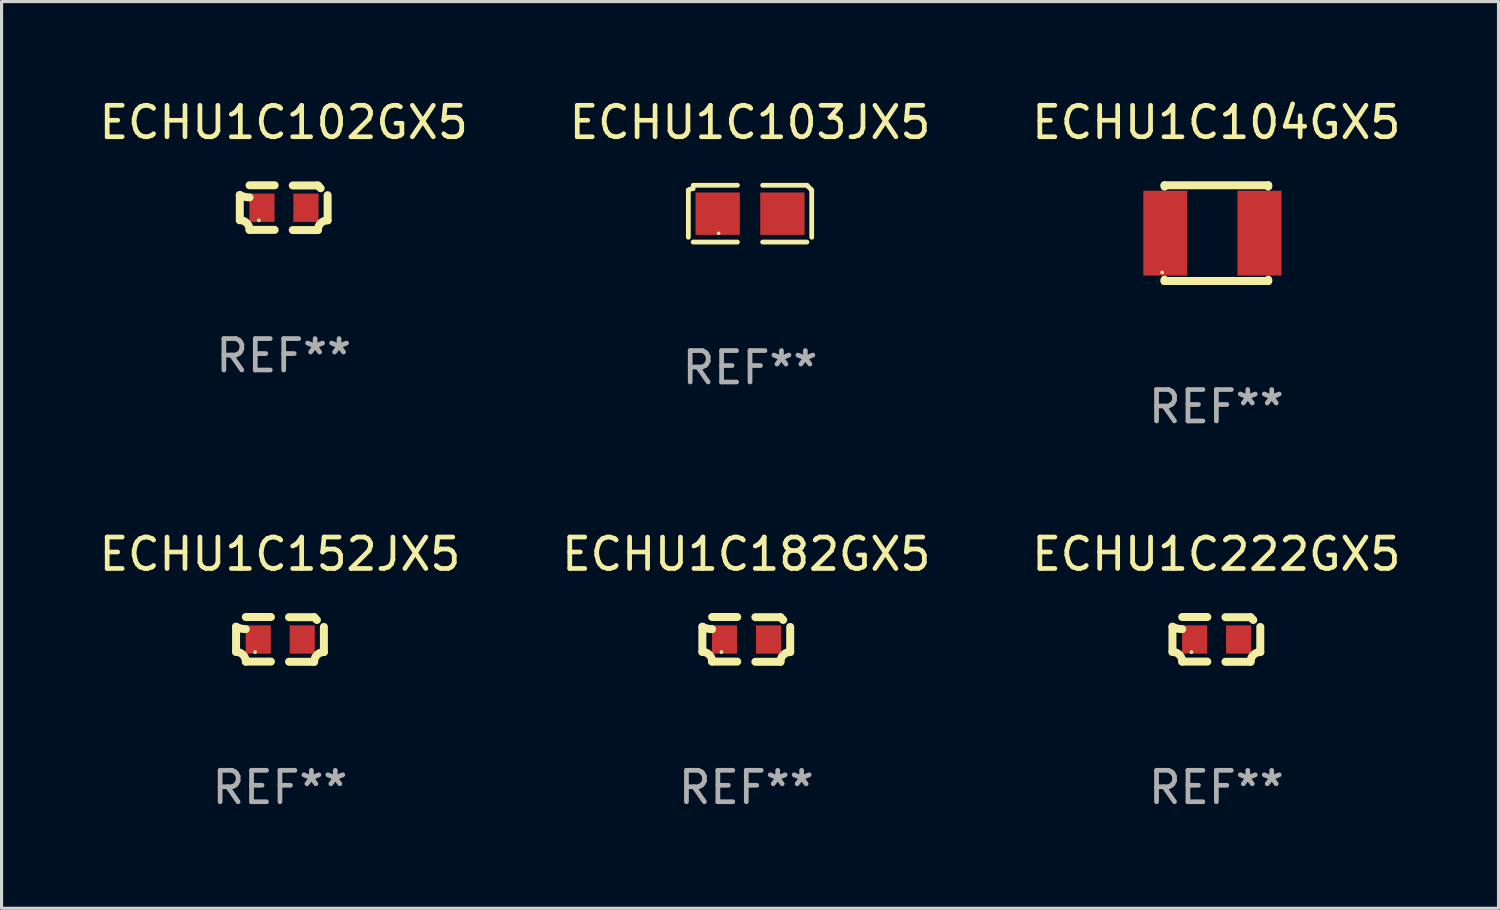
<source format=kicad_pcb>
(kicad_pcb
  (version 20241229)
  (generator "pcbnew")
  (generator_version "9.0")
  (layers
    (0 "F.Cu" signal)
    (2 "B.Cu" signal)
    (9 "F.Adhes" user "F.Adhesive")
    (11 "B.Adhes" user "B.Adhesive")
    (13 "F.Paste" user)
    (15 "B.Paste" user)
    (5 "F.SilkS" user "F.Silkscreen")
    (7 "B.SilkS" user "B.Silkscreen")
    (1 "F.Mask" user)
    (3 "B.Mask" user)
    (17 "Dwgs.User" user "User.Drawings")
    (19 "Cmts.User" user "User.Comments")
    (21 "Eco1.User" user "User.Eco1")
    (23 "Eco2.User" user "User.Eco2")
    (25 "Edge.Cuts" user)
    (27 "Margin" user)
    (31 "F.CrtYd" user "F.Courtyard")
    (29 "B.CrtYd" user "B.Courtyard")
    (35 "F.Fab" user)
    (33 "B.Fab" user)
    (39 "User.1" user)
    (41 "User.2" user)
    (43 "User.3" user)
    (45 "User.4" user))
  (footprint "ECHU1C222GX5"
    (layer "F.Cu")
    (at 35.673 17.305)
    (property "Reference" "ECHU1C222GX5" (at 0 -2.713 0) (layer "F.SilkS") (effects (font (size 1 1) (thickness 0.15))))
    (attr through_hole)
    (fp_line (start -1.398 -0.403) (end -1.398 0.397) (stroke (width 0.254) (type solid)) (layer "F.SilkS"))
    (fp_line (start -0.288 -0.713) (end -1.088 -0.713) (stroke (width 0.254) (type solid)) (layer "F.SilkS"))
    (fp_line (start -0.288 0.707) (end -1.088 0.707) (stroke (width 0.254) (type solid)) (layer "F.SilkS"))
    (fp_line (start 0.288 -0.707) (end 1.088 -0.707) (stroke (width 0.254) (type solid)) (layer "F.SilkS"))
    (fp_line (start 0.288 0.713) (end 1.088 0.713) (stroke (width 0.254) (type solid)) (layer "F.SilkS"))
    (fp_line (start 1.398 -0.397) (end 1.398 0.403) (stroke (width 0.254) (type solid)) (layer "F.SilkS"))
    (fp_arc (start -1.397789 0.397066) (mid -1.178701 0.487826) (end -1.08796 0.706922) (stroke (width 0.254001) (type solid)) (layer "F.SilkS"))
    (fp_arc (start -1.08796 -0.327176) (mid -1.247436 -0.346384) (end -1.39779 -0.402908) (stroke (width 0.254001) (type solid)) (layer "F.SilkS"))
    (fp_arc (start 1.087909 0.712738) (mid 1.178656 0.493655) (end 1.397739 0.402908) (stroke (width 0.254001) (type solid)) (layer "F.SilkS"))
    (fp_arc (start 1.175925 -0.618926) (mid 1.131917 -0.662923) (end 1.08791 -0.706922) (stroke (width 0.254001) (type solid)) (layer "F.SilkS"))
    (fp_circle (center -0.792 0.403) (end -0.762 0.403) (stroke (width 0.06) (type solid)) (fill no) (layer "F.SilkS"))
    (fp_text user "REF**" (at 0 4.713 0) (layer "F.Fab") (effects (font (size 1 1) (thickness 0.15))))
    (pad "1" smd rect (at -0.692 0.003) (size 0.8 0.9) (layers "F.Cu" "F.Mask" "F.Paste"))
    (pad "2" smd rect (at 0.708 0.003) (size 0.8 0.9) (layers "F.Cu" "F.Mask" "F.Paste")))
  (footprint "ECHU1C103JX5"
    (layer "F.Cu")
    (at 20.827 3.752)
    (property "Reference" "ECHU1C103JX5" (at 0 -2.904 0) (layer "F.SilkS") (effects (font (size 1 1) (thickness 0.15))))
    (attr through_hole)
    (fp_line (start -1.964 0.751) (end -1.964 -0.751) (stroke (width 0.152) (type solid)) (layer "F.SilkS"))
    (fp_line (start -1.811 -0.904) (end -0.401 -0.904) (stroke (width 0.152) (type solid)) (layer "F.SilkS"))
    (fp_line (start -0.401 0.904) (end -1.811 0.904) (stroke (width 0.152) (type solid)) (layer "F.SilkS"))
    (fp_line (start 0.401 0.904) (end 1.811 0.904) (stroke (width 0.152) (type solid)) (layer "F.SilkS"))
    (fp_line (start 1.811 -0.904) (end 0.401 -0.904) (stroke (width 0.152) (type solid)) (layer "F.SilkS"))
    (fp_line (start 1.964 0.751) (end 1.964 -0.751) (stroke (width 0.152) (type solid)) (layer "F.SilkS"))
    (fp_arc (start -1.963602 -0.751207) (mid -1.890354 -0.783131) (end -1.811201 -0.794044) (stroke (width 0.1524) (type solid)) (layer "F.SilkS"))
    (fp_arc (start 1.811202 -0.903607) (mid 1.887413 -0.827418) (end 1.963602 -0.751207) (stroke (width 0.1524) (type solid)) (layer "F.SilkS"))
    (fp_circle (center -1 0.625) (end -0.97 0.625) (stroke (width 0.06) (type solid)) (fill no) (layer "F.SilkS"))
    (fp_text user "REF**" (at 0 4.904 0) (layer "F.Fab") (effects (font (size 1 1) (thickness 0.15))))
    (pad "1" smd rect (at -1.03 0) (size 1.41 1.35) (layers "F.Cu" "F.Mask" "F.Paste"))
    (pad "2" smd rect (at 1.03 0) (size 1.41 1.35) (layers "F.Cu" "F.Mask" "F.Paste")))
  (footprint "ECHU1C182GX5"
    (layer "F.Cu")
    (at 20.708 17.305)
    (property "Reference" "ECHU1C182GX5" (at 0 -2.713 0) (layer "F.SilkS") (effects (font (size 1 1) (thickness 0.15))))
    (attr through_hole)
    (fp_line (start -1.398 -0.403) (end -1.398 0.397) (stroke (width 0.254) (type solid)) (layer "F.SilkS"))
    (fp_line (start -0.288 -0.713) (end -1.088 -0.713) (stroke (width 0.254) (type solid)) (layer "F.SilkS"))
    (fp_line (start -0.288 0.707) (end -1.088 0.707) (stroke (width 0.254) (type solid)) (layer "F.SilkS"))
    (fp_line (start 0.288 -0.707) (end 1.088 -0.707) (stroke (width 0.254) (type solid)) (layer "F.SilkS"))
    (fp_line (start 0.288 0.713) (end 1.088 0.713) (stroke (width 0.254) (type solid)) (layer "F.SilkS"))
    (fp_line (start 1.398 -0.397) (end 1.398 0.403) (stroke (width 0.254) (type solid)) (layer "F.SilkS"))
    (fp_arc (start -1.397789 0.397066) (mid -1.178701 0.487826) (end -1.08796 0.706922) (stroke (width 0.254001) (type solid)) (layer "F.SilkS"))
    (fp_arc (start -1.08796 -0.327176) (mid -1.247436 -0.346384) (end -1.39779 -0.402908) (stroke (width 0.254001) (type solid)) (layer "F.SilkS"))
    (fp_arc (start 1.087909 0.712738) (mid 1.178656 0.493655) (end 1.397739 0.402908) (stroke (width 0.254001) (type solid)) (layer "F.SilkS"))
    (fp_arc (start 1.175925 -0.618926) (mid 1.131917 -0.662923) (end 1.08791 -0.706922) (stroke (width 0.254001) (type solid)) (layer "F.SilkS"))
    (fp_circle (center -0.792 0.403) (end -0.762 0.403) (stroke (width 0.06) (type solid)) (fill no) (layer "F.SilkS"))
    (fp_text user "REF**" (at 0 4.713 0) (layer "F.Fab") (effects (font (size 1 1) (thickness 0.15))))
    (pad "1" smd rect (at -0.692 0.003) (size 0.8 0.9) (layers "F.Cu" "F.Mask" "F.Paste"))
    (pad "2" smd rect (at 0.708 0.003) (size 0.8 0.9) (layers "F.Cu" "F.Mask" "F.Paste")))
  (footprint "ECHU1C104GX5"
    (layer "F.Cu")
    (at 35.673 4.372)
    (property "Reference" "ECHU1C104GX5" (at 0 -3.524 0) (layer "F.SilkS") (effects (font (size 1 1) (thickness 0.15))))
    (attr through_hole)
    (fp_line (start -1.651 -1.524) (end -1.651 -1.481) (stroke (width 0.254) (type solid)) (layer "F.SilkS"))
    (fp_line (start -1.651 1.481) (end -1.651 1.524) (stroke (width 0.254) (type solid)) (layer "F.SilkS"))
    (fp_line (start -1.651 1.524) (end 1.651 1.524) (stroke (width 0.254) (type solid)) (layer "F.SilkS"))
    (fp_line (start 1.651 -1.524) (end -1.651 -1.524) (stroke (width 0.254) (type solid)) (layer "F.SilkS"))
    (fp_line (start 1.651 -1.481) (end 1.651 -1.524) (stroke (width 0.254) (type solid)) (layer "F.SilkS"))
    (fp_line (start 1.651 1.524) (end 1.651 1.481) (stroke (width 0.254) (type solid)) (layer "F.SilkS"))
    (fp_circle (center -1.727 1.25) (end -1.697 1.25) (stroke (width 0.06) (type solid)) (fill no) (layer "F.SilkS"))
    (fp_text user "REF**" (at 0 5.524 0) (layer "F.Fab") (effects (font (size 1 1) (thickness 0.15))))
    (pad "1" smd rect (at -1.627 0) (size 1.4 2.7) (layers "F.Cu" "F.Mask" "F.Paste"))
    (pad "2" smd rect (at 1.373 0) (size 1.4 2.7) (layers "F.Cu" "F.Mask" "F.Paste")))
  (footprint "ECHU1C102GX5"
    (layer "F.Cu")
    (at 5.982 3.561)
    (property "Reference" "ECHU1C102GX5" (at 0 -2.713 0) (layer "F.SilkS") (effects (font (size 1 1) (thickness 0.15))))
    (attr through_hole)
    (fp_line (start -1.398 -0.403) (end -1.398 0.397) (stroke (width 0.254) (type solid)) (layer "F.SilkS"))
    (fp_line (start -0.288 -0.713) (end -1.088 -0.713) (stroke (width 0.254) (type solid)) (layer "F.SilkS"))
    (fp_line (start -0.288 0.707) (end -1.088 0.707) (stroke (width 0.254) (type solid)) (layer "F.SilkS"))
    (fp_line (start 0.288 -0.707) (end 1.088 -0.707) (stroke (width 0.254) (type solid)) (layer "F.SilkS"))
    (fp_line (start 0.288 0.713) (end 1.088 0.713) (stroke (width 0.254) (type solid)) (layer "F.SilkS"))
    (fp_line (start 1.398 -0.397) (end 1.398 0.403) (stroke (width 0.254) (type solid)) (layer "F.SilkS"))
    (fp_arc (start -1.397789 0.397066) (mid -1.178701 0.487826) (end -1.08796 0.706922) (stroke (width 0.254001) (type solid)) (layer "F.SilkS"))
    (fp_arc (start -1.08796 -0.327176) (mid -1.247436 -0.346384) (end -1.39779 -0.402908) (stroke (width 0.254001) (type solid)) (layer "F.SilkS"))
    (fp_arc (start 1.087909 0.712738) (mid 1.178656 0.493655) (end 1.397739 0.402908) (stroke (width 0.254001) (type solid)) (layer "F.SilkS"))
    (fp_arc (start 1.175925 -0.618926) (mid 1.131917 -0.662923) (end 1.08791 -0.706922) (stroke (width 0.254001) (type solid)) (layer "F.SilkS"))
    (fp_circle (center -0.792 0.403) (end -0.762 0.403) (stroke (width 0.06) (type solid)) (fill no) (layer "F.SilkS"))
    (fp_text user "REF**" (at 0 4.713 0) (layer "F.Fab") (effects (font (size 1 1) (thickness 0.15))))
    (pad "1" smd rect (at -0.692 0.003) (size 0.8 0.9) (layers "F.Cu" "F.Mask" "F.Paste"))
    (pad "2" smd rect (at 0.708 0.003) (size 0.8 0.9) (layers "F.Cu" "F.Mask" "F.Paste")))
  (footprint "ECHU1C152JX5"
    (layer "F.Cu")
    (at 5.863 17.305)
    (property "Reference" "ECHU1C152JX5" (at 0 -2.713 0) (layer "F.SilkS") (effects (font (size 1 1) (thickness 0.15))))
    (attr through_hole)
    (fp_line (start -1.398 -0.403) (end -1.398 0.397) (stroke (width 0.254) (type solid)) (layer "F.SilkS"))
    (fp_line (start -0.288 -0.713) (end -1.088 -0.713) (stroke (width 0.254) (type solid)) (layer "F.SilkS"))
    (fp_line (start -0.288 0.707) (end -1.088 0.707) (stroke (width 0.254) (type solid)) (layer "F.SilkS"))
    (fp_line (start 0.288 -0.707) (end 1.088 -0.707) (stroke (width 0.254) (type solid)) (layer "F.SilkS"))
    (fp_line (start 0.288 0.713) (end 1.088 0.713) (stroke (width 0.254) (type solid)) (layer "F.SilkS"))
    (fp_line (start 1.398 -0.397) (end 1.398 0.403) (stroke (width 0.254) (type solid)) (layer "F.SilkS"))
    (fp_arc (start -1.397789 0.397066) (mid -1.178701 0.487826) (end -1.08796 0.706922) (stroke (width 0.254001) (type solid)) (layer "F.SilkS"))
    (fp_arc (start -1.08796 -0.327176) (mid -1.247436 -0.346384) (end -1.39779 -0.402908) (stroke (width 0.254001) (type solid)) (layer "F.SilkS"))
    (fp_arc (start 1.087909 0.712738) (mid 1.178656 0.493655) (end 1.397739 0.402908) (stroke (width 0.254001) (type solid)) (layer "F.SilkS"))
    (fp_arc (start 1.175925 -0.618926) (mid 1.131917 -0.662923) (end 1.08791 -0.706922) (stroke (width 0.254001) (type solid)) (layer "F.SilkS"))
    (fp_circle (center -0.792 0.403) (end -0.762 0.403) (stroke (width 0.06) (type solid)) (fill no) (layer "F.SilkS"))
    (fp_text user "REF**" (at 0 4.713 0) (layer "F.Fab") (effects (font (size 1 1) (thickness 0.15))))
    (pad "1" smd rect (at -0.692 0.003) (size 0.8 0.9) (layers "F.Cu" "F.Mask" "F.Paste"))
    (pad "2" smd rect (at 0.708 0.003) (size 0.8 0.9) (layers "F.Cu" "F.Mask" "F.Paste")))
  (gr_rect
    (start -3 -3)
    (end 44.655 25.866)
    (stroke (width 0.1) (type default))
    (fill no)
    (layer "Edge.Cuts")))
</source>
